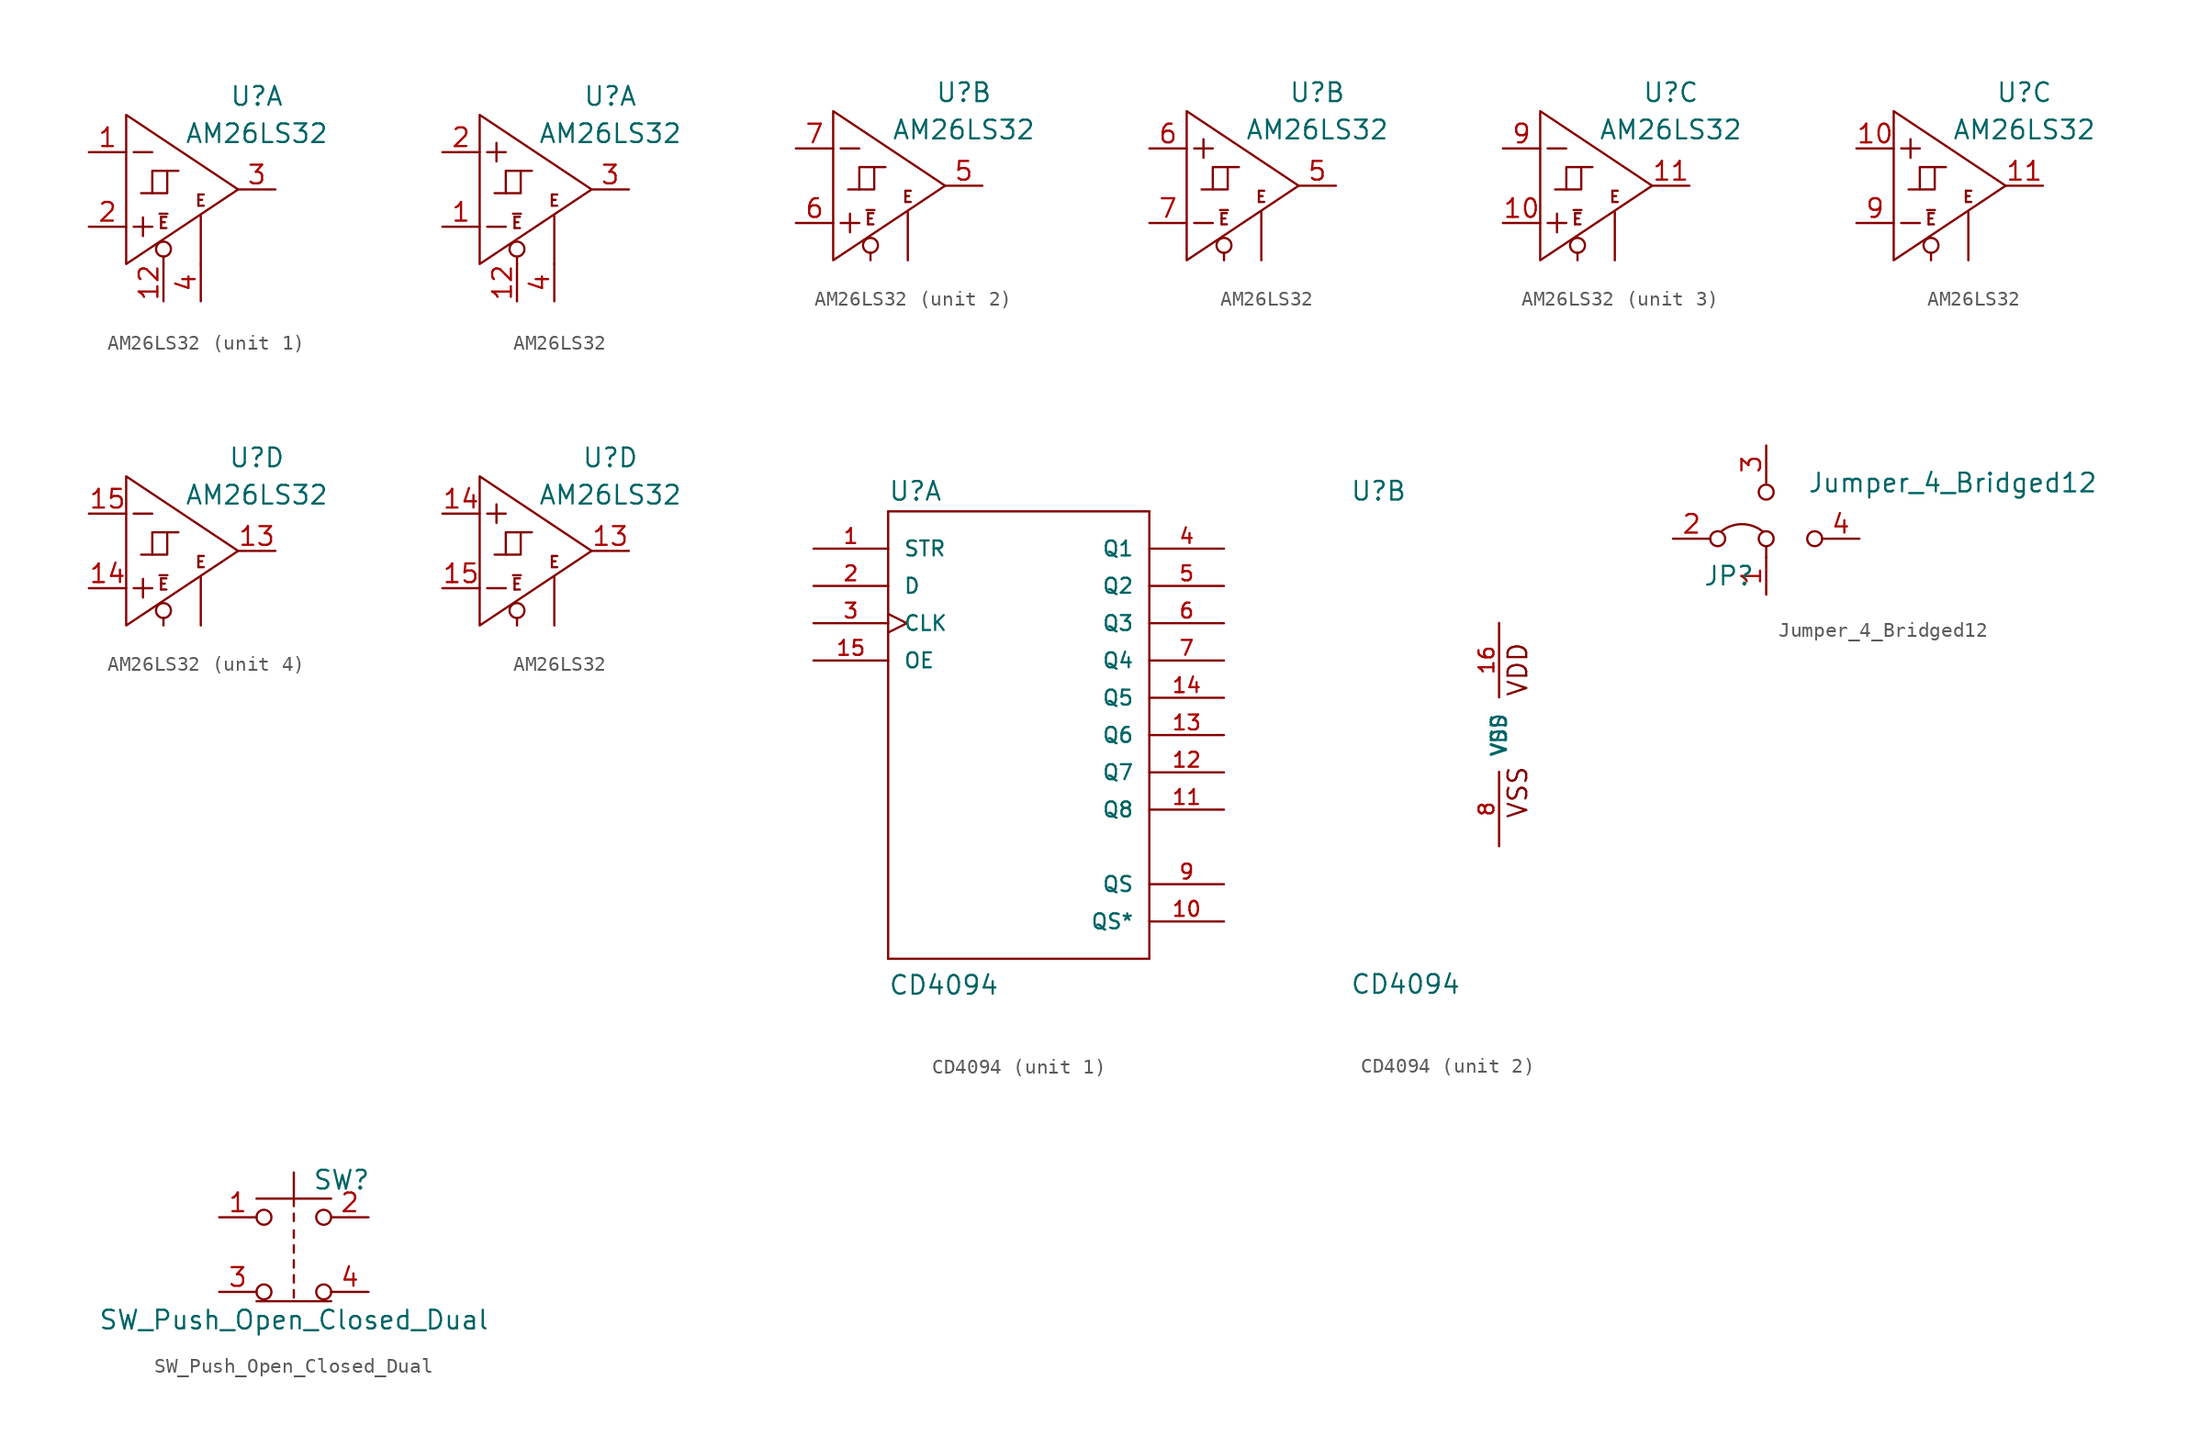
<source format=kicad_sym>
(kicad_symbol_lib
  (version 20211014)
  (generator kicad_symbol_editor)
  (symbol "AM26LS32"
    (pin_names
      (offset 0.025) hide)
    (property "Reference" "U"
      (at 6.35 6.35 0)
      (effects (font (size 1.27 1.27))))
    (property "Value" "AM26LS32"
      (at 6.35 3.81 0)
      (effects (font (size 1.27 1.27))))
    (property "Footprint" ""
      (at 0 0 0)
      (effects (font (size 1.524 1.524))))
    (property "Datasheet" ""
      (at 0 0 0)
      (effects (font (size 1.524 1.524))))
    (symbol "AM26LS32_0_0"
      (circle (center 0 -4.064) (radius 0.508) (stroke (width 0) (type default) (color 0 0 0 0)) (fill (type none)))
      (polyline (pts (xy 2.54 -5.08) (xy 2.54 -1.778)) (stroke (width 0) (type default) (color 0 0 0 0)) (fill (type none)))
      (polyline (pts (xy -1.524 -0.254) (xy 0.254 -0.254) (xy 0.254 1.27)) (stroke (width 0) (type default) (color 0 0 0 0)) (fill (type none)))
      (polyline (pts (xy 1.016 1.27) (xy -0.762 1.27) (xy -0.762 -0.254)) (stroke (width 0) (type default) (color 0 0 0 0)) (fill (type none)))
      (text "E" (at 2.54 -0.762 0) (effects (font (size 0.762 0.762))))
      (text "~{E}" (at 0 -2.286 0) (effects (font (size 0.762 0.762)))))
    (symbol "AM26LS32_0_1"
      (polyline (pts (xy -2.032 -2.54) (xy -0.762 -2.54)) (stroke (width 0.152) (type default) (color 0 0 0 0)) (fill (type none)))
      (polyline (pts (xy -2.032 2.54) (xy -0.762 2.54)) (stroke (width 0.152) (type default) (color 0 0 0 0)) (fill (type none)))
      (polyline (pts (xy -1.397 -1.905) (xy -1.397 -3.175)) (stroke (width 0.152) (type default) (color 0 0 0 0)) (fill (type none)))
      (polyline (pts (xy 0 -5.08) (xy 0 -4.572)) (stroke (width 0) (type default) (color 0 0 0 0)) (fill (type none)))
      (polyline (pts (xy 5.08 0) (xy -2.54 -5.08) (xy -2.54 5.08) (xy 5.08 0)) (stroke (width 0.152) (type default) (color 0 0 0 0)) (fill (type none))))
    (symbol "AM26LS32_0_2"
      (polyline (pts (xy -2.032 -2.54) (xy -0.762 -2.54)) (stroke (width 0) (type default) (color 0 0 0 0)) (fill (type none)))
      (polyline (pts (xy -2.032 2.54) (xy -0.762 2.54)) (stroke (width 0) (type default) (color 0 0 0 0)) (fill (type none)))
      (polyline (pts (xy -1.397 3.175) (xy -1.397 1.905)) (stroke (width 0) (type default) (color 0 0 0 0)) (fill (type none)))
      (polyline (pts (xy 0 -5.08) (xy 0 -4.572)) (stroke (width 0) (type default) (color 0 0 0 0)) (fill (type none)))
      (polyline (pts (xy -2.54 5.08) (xy -2.54 -5.08) (xy 5.08 0) (xy -2.54 5.08)) (stroke (width 0) (type default) (color 0 0 0 0)) (fill (type none))))
    (symbol "AM26LS32_1_1"
      (pin input line (at -5.08 2.54 0) (length 2.54) (name "~" (effects (font (size 1.27 1.27)))) (number "1" (effects (font (size 1.27 1.27)))))
      (pin input line (at 0 -7.62 90) (length 2.54) (name "~" (effects (font (size 1.27 1.27)))) (number "12" (effects (font (size 1.27 1.27)))))
      (pin power_in line (at -2.54 5.08 270) (length 0) hide (name "VCC" (effects (font (size 1.27 1.27)))) (number "16" (effects (font (size 1.27 1.27)))))
      (pin input line (at -5.08 -2.54 0) (length 2.54) (name "~" (effects (font (size 1.27 1.27)))) (number "2" (effects (font (size 1.27 1.27)))))
      (pin output line (at 7.62 0 180) (length 2.54) (name "~" (effects (font (size 1.27 1.27)))) (number "3" (effects (font (size 1.27 1.27)))))
      (pin input line (at 2.54 -7.62 90) (length 2.54) (name "~" (effects (font (size 1.27 1.27)))) (number "4" (effects (font (size 1.27 1.27)))))
      (pin power_in line (at -2.54 -5.08 90) (length 0) hide (name "GND" (effects (font (size 1.27 1.27)))) (number "8" (effects (font (size 1.27 1.27))))))
    (symbol "AM26LS32_1_2"
      (pin input line (at -5.08 -2.54 0) (length 2.54) (name "~" (effects (font (size 1.27 1.27)))) (number "1" (effects (font (size 1.27 1.27)))))
      (pin input line (at 0 -7.62 90) (length 2.54) (name "~" (effects (font (size 1.27 1.27)))) (number "12" (effects (font (size 1.27 1.27)))))
      (pin power_in line (at -2.54 5.08 270) (length 0) hide (name "VCC" (effects (font (size 1.27 1.27)))) (number "16" (effects (font (size 1.27 1.27)))))
      (pin input line (at -5.08 2.54 0) (length 2.54) (name "~" (effects (font (size 1.27 1.27)))) (number "2" (effects (font (size 1.27 1.27)))))
      (pin output line (at 7.62 0 180) (length 2.54) (name "~" (effects (font (size 1.27 1.27)))) (number "3" (effects (font (size 1.27 1.27)))))
      (pin input line (at 2.54 -7.62 90) (length 2.54) (name "~" (effects (font (size 1.27 1.27)))) (number "4" (effects (font (size 1.27 1.27)))))
      (pin power_in line (at -2.54 -5.08 90) (length 0) hide (name "GND" (effects (font (size 1.27 1.27)))) (number "8" (effects (font (size 1.27 1.27))))))
    (symbol "AM26LS32_2_1"
      (pin power_in line (at -2.54 5.08 270) (length 0) hide (name "VCC" (effects (font (size 1.27 1.27)))) (number "16" (effects (font (size 1.27 1.27)))))
      (pin output line (at 7.62 0 180) (length 2.54) (name "~" (effects (font (size 1.27 1.27)))) (number "5" (effects (font (size 1.27 1.27)))))
      (pin input line (at -5.08 -2.54 0) (length 2.54) (name "~" (effects (font (size 1.27 1.27)))) (number "6" (effects (font (size 1.27 1.27)))))
      (pin input line (at -5.08 2.54 0) (length 2.54) (name "~" (effects (font (size 1.27 1.27)))) (number "7" (effects (font (size 1.27 1.27)))))
      (pin power_in line (at -2.54 -5.08 90) (length 0) hide (name "GND" (effects (font (size 1.27 1.27)))) (number "8" (effects (font (size 1.27 1.27))))))
    (symbol "AM26LS32_2_2"
      (pin power_in line (at -2.54 5.08 270) (length 0) hide (name "VCC" (effects (font (size 1.27 1.27)))) (number "16" (effects (font (size 1.27 1.27)))))
      (pin output line (at 7.62 0 180) (length 2.54) (name "~" (effects (font (size 1.27 1.27)))) (number "5" (effects (font (size 1.27 1.27)))))
      (pin input line (at -5.08 2.54 0) (length 2.54) (name "~" (effects (font (size 1.27 1.27)))) (number "6" (effects (font (size 1.27 1.27)))))
      (pin input line (at -5.08 -2.54 0) (length 2.54) (name "~" (effects (font (size 1.27 1.27)))) (number "7" (effects (font (size 1.27 1.27)))))
      (pin power_in line (at -2.54 -5.08 90) (length 0) hide (name "GND" (effects (font (size 1.27 1.27)))) (number "8" (effects (font (size 1.27 1.27))))))
    (symbol "AM26LS32_3_1"
      (pin input line (at -5.08 -2.54 0) (length 2.54) (name "~" (effects (font (size 1.27 1.27)))) (number "10" (effects (font (size 1.27 1.27)))))
      (pin output line (at 7.62 0 180) (length 2.54) (name "~" (effects (font (size 1.27 1.27)))) (number "11" (effects (font (size 1.27 1.27)))))
      (pin power_in line (at -2.54 5.08 270) (length 0) hide (name "VCC" (effects (font (size 1.27 1.27)))) (number "16" (effects (font (size 1.27 1.27)))))
      (pin power_in line (at -2.54 -5.08 90) (length 0) hide (name "GND" (effects (font (size 1.27 1.27)))) (number "8" (effects (font (size 1.27 1.27)))))
      (pin input line (at -5.08 2.54 0) (length 2.54) (name "~" (effects (font (size 1.27 1.27)))) (number "9" (effects (font (size 1.27 1.27))))))
    (symbol "AM26LS32_3_2"
      (pin input line (at -5.08 2.54 0) (length 2.54) (name "~" (effects (font (size 1.27 1.27)))) (number "10" (effects (font (size 1.27 1.27)))))
      (pin output line (at 7.62 0 180) (length 2.54) (name "~" (effects (font (size 1.27 1.27)))) (number "11" (effects (font (size 1.27 1.27)))))
      (pin power_in line (at -2.54 5.08 270) (length 0) hide (name "VCC" (effects (font (size 1.27 1.27)))) (number "16" (effects (font (size 1.27 1.27)))))
      (pin power_in line (at -2.54 -5.08 90) (length 0) hide (name "GND" (effects (font (size 1.27 1.27)))) (number "8" (effects (font (size 1.27 1.27)))))
      (pin input line (at -5.08 -2.54 0) (length 2.54) (name "~" (effects (font (size 1.27 1.27)))) (number "9" (effects (font (size 1.27 1.27))))))
    (symbol "AM26LS32_4_1"
      (pin output line (at 7.62 0 180) (length 2.54) (name "~" (effects (font (size 1.27 1.27)))) (number "13" (effects (font (size 1.27 1.27)))))
      (pin input line (at -5.08 -2.54 0) (length 2.54) (name "~" (effects (font (size 1.27 1.27)))) (number "14" (effects (font (size 1.27 1.27)))))
      (pin input line (at -5.08 2.54 0) (length 2.54) (name "~" (effects (font (size 1.27 1.27)))) (number "15" (effects (font (size 1.27 1.27)))))
      (pin power_in line (at -2.54 5.08 270) (length 0) hide (name "VCC" (effects (font (size 1.27 1.27)))) (number "16" (effects (font (size 1.27 1.27)))))
      (pin power_in line (at -2.54 -5.08 90) (length 0) hide (name "GND" (effects (font (size 1.27 1.27)))) (number "8" (effects (font (size 1.27 1.27))))))
    (symbol "AM26LS32_4_2"
      (pin output line (at 7.62 0 180) (length 2.54) (name "~" (effects (font (size 1.27 1.27)))) (number "13" (effects (font (size 1.27 1.27)))))
      (pin input line (at -5.08 2.54 0) (length 2.54) (name "~" (effects (font (size 1.27 1.27)))) (number "14" (effects (font (size 1.27 1.27)))))
      (pin input line (at -5.08 -2.54 0) (length 2.54) (name "~" (effects (font (size 1.27 1.27)))) (number "15" (effects (font (size 1.27 1.27)))))
      (pin power_in line (at -2.54 5.08 270) (length 0) hide (name "VCC" (effects (font (size 1.27 1.27)))) (number "16" (effects (font (size 1.27 1.27)))))
      (pin power_in line (at -2.54 -5.08 90) (length 0) hide (name "GND" (effects (font (size 1.27 1.27)))) (number "8" (effects (font (size 1.27 1.27)))))))
  (symbol "CD4094"
    (pin_names
      (offset 1.016))
    (property "Reference" "U"
      (at -10.16 15.875 0)
      (effects (font (size 1.27 1.27)) (justify left bottom)))
    (property "Value" "CD4094"
      (at -10.16 -17.78 0)
      (effects (font (size 1.27 1.27)) (justify left bottom)))
    (property "ki_locked" ""
      (at 0 0 0)
      (effects (font (size 1.27 1.27))))
    (symbol "CD4094_1_0"
      (polyline (pts (xy -10.16 -15.24) (xy 7.62 -15.24)) (stroke (width 0) (type default) (color 0 0 0 0)) (fill (type none)))
      (polyline (pts (xy -10.16 15.24) (xy -10.16 -15.24)) (stroke (width 0) (type default) (color 0 0 0 0)) (fill (type none)))
      (polyline (pts (xy 7.62 -15.24) (xy 7.62 15.24)) (stroke (width 0) (type default) (color 0 0 0 0)) (fill (type none)))
      (polyline (pts (xy 7.62 15.24) (xy -10.16 15.24)) (stroke (width 0) (type default) (color 0 0 0 0)) (fill (type none))))
    (symbol "CD4094_1_1"
      (pin input line (at -15.24 12.7 0) (length 5.08) (name "STR" (effects (font (size 1.016 1.016)))) (number "1" (effects (font (size 1.016 1.016)))))
      (pin output line (at 12.7 -12.7 180) (length 5.08) (name "QS*" (effects (font (size 1.016 1.016)))) (number "10" (effects (font (size 1.016 1.016)))))
      (pin output line (at 12.7 -5.08 180) (length 5.08) (name "Q8" (effects (font (size 1.016 1.016)))) (number "11" (effects (font (size 1.016 1.016)))))
      (pin output line (at 12.7 -2.54 180) (length 5.08) (name "Q7" (effects (font (size 1.016 1.016)))) (number "12" (effects (font (size 1.016 1.016)))))
      (pin output line (at 12.7 0 180) (length 5.08) (name "Q6" (effects (font (size 1.016 1.016)))) (number "13" (effects (font (size 1.016 1.016)))))
      (pin output line (at 12.7 2.54 180) (length 5.08) (name "Q5" (effects (font (size 1.016 1.016)))) (number "14" (effects (font (size 1.016 1.016)))))
      (pin input line (at -15.24 5.08 0) (length 5.08) (name "OE" (effects (font (size 1.016 1.016)))) (number "15" (effects (font (size 1.016 1.016)))))
      (pin input line (at -15.24 10.16 0) (length 5.08) (name "D" (effects (font (size 1.016 1.016)))) (number "2" (effects (font (size 1.016 1.016)))))
      (pin input clock (at -15.24 7.62 0) (length 5.08) (name "CLK" (effects (font (size 1.016 1.016)))) (number "3" (effects (font (size 1.016 1.016)))))
      (pin output line (at 12.7 12.7 180) (length 5.08) (name "Q1" (effects (font (size 1.016 1.016)))) (number "4" (effects (font (size 1.016 1.016)))))
      (pin output line (at 12.7 10.16 180) (length 5.08) (name "Q2" (effects (font (size 1.016 1.016)))) (number "5" (effects (font (size 1.016 1.016)))))
      (pin output line (at 12.7 7.62 180) (length 5.08) (name "Q3" (effects (font (size 1.016 1.016)))) (number "6" (effects (font (size 1.016 1.016)))))
      (pin output line (at 12.7 5.08 180) (length 5.08) (name "Q4" (effects (font (size 1.016 1.016)))) (number "7" (effects (font (size 1.016 1.016)))))
      (pin output line (at 12.7 -10.16 180) (length 5.08) (name "QS" (effects (font (size 1.016 1.016)))) (number "9" (effects (font (size 1.016 1.016))))))
    (symbol "CD4094_2_0"
      (text "VDD" (at 1.27 4.445 1) (effects (font (size 1.27 1.27))))
      (text "VSS" (at 1.27 -3.937 1) (effects (font (size 1.27 1.27)))))
    (symbol "CD4094_2_1"
      (pin power_in line (at 0 7.62 270) (length 5.08) (name "VDD" (effects (font (size 1.016 1.016)))) (number "16" (effects (font (size 1.016 1.016)))))
      (pin power_in line (at 0 -7.62 90) (length 5.08) (name "VSS" (effects (font (size 1.016 1.016)))) (number "8" (effects (font (size 1.016 1.016)))))))
  (symbol "Jumper_4_Bridged12"
    (pin_names
      (offset 0) hide)
    (property "Reference" "JP"
      (at -2.54 -2.54 0)
      (effects (font (size 1.27 1.27))))
    (property "Value" "Jumper_4_Bridged12"
      (at 12.7 3.81 0)
      (effects (font (size 1.27 1.27))))
    (symbol "Jumper_4_Bridged12_0_0"
      (circle (center -3.302 0) (radius 0.508) (stroke (width 0) (type default) (color 0 0 0 0)) (fill (type none)))
      (circle (center 0 0) (radius 0.508) (stroke (width 0) (type default) (color 0 0 0 0)) (fill (type none)))
      (circle (center 0 3.175) (radius 0.508) (stroke (width 0) (type default) (color 0 0 0 0)) (fill (type none)))
      (circle (center 3.302 0) (radius 0.508) (stroke (width 0) (type default) (color 0 0 0 0)) (fill (type none))))
    (symbol "Jumper_4_Bridged12_0_1"
      (arc (start -0.254 0.508) (mid -1.651 0.9912) (end -3.048 0.508) (stroke (width 0) (type default) (color 0 0 0 0)) (fill (type none)))
      (polyline (pts (xy 0 -1.27) (xy 0 -0.508)) (stroke (width 0) (type default) (color 0 0 0 0)) (fill (type none))))
    (symbol "Jumper_4_Bridged12_1_1"
      (pin passive line (at 0 -3.81 90) (length 2.54) (name "C" (effects (font (size 1.27 1.27)))) (number "1" (effects (font (size 1.27 1.27)))))
      (pin passive line (at -6.35 0 0) (length 2.54) (name "A" (effects (font (size 1.27 1.27)))) (number "2" (effects (font (size 1.27 1.27)))))
      (pin passive line (at 0 6.35 270) (length 2.54) (name "D" (effects (font (size 1.27 1.27)))) (number "3" (effects (font (size 1.27 1.27)))))
      (pin passive line (at 6.35 0 180) (length 2.54) (name "B" (effects (font (size 1.27 1.27)))) (number "4" (effects (font (size 1.27 1.27)))))))
  (symbol "SW_Push_Open_Closed_Dual"
    (pin_names
      (offset 1.016) hide)
    (property "Reference" "SW"
      (at 1.27 2.54 0)
      (effects (font (size 1.27 1.27)) (justify left)))
    (property "Value" "SW_Push_Open_Closed_Dual"
      (at 0 -6.985 0)
      (effects (font (size 1.27 1.27))))
    (symbol "SW_Push_Open_Closed_Dual_0_1"
      (circle (center -2.032 -5.08) (radius 0.508) (stroke (width 0) (type default) (color 0 0 0 0)) (fill (type none)))
      (circle (center -2.032 0) (radius 0.508) (stroke (width 0) (type default) (color 0 0 0 0)) (fill (type none)))
      (polyline (pts (xy 0 -4.953) (xy 0 -5.461)) (stroke (width 0) (type default) (color 0 0 0 0)) (fill (type none)))
      (polyline (pts (xy 0 -3.937) (xy 0 -4.445)) (stroke (width 0) (type default) (color 0 0 0 0)) (fill (type none)))
      (polyline (pts (xy 0 -3.429) (xy 0 -2.921)) (stroke (width 0) (type default) (color 0 0 0 0)) (fill (type none)))
      (polyline (pts (xy 0 -2.413) (xy 0 -1.905)) (stroke (width 0) (type default) (color 0 0 0 0)) (fill (type none)))
      (polyline (pts (xy 0 -1.397) (xy 0 -0.889)) (stroke (width 0) (type default) (color 0 0 0 0)) (fill (type none)))
      (polyline (pts (xy 0 -0.254) (xy 0 0.254)) (stroke (width 0) (type default) (color 0 0 0 0)) (fill (type none)))
      (polyline (pts (xy 0 0.762) (xy 0 1.27)) (stroke (width 0) (type default) (color 0 0 0 0)) (fill (type none)))
      (polyline (pts (xy 0 1.27) (xy 0 3.048)) (stroke (width 0) (type default) (color 0 0 0 0)) (fill (type none)))
      (polyline (pts (xy 2.54 -5.715) (xy -2.54 -5.715)) (stroke (width 0) (type default) (color 0 0 0 0)) (fill (type none)))
      (polyline (pts (xy 2.54 1.27) (xy -2.54 1.27)) (stroke (width 0) (type default) (color 0 0 0 0)) (fill (type none)))
      (circle (center 2.032 -5.08) (radius 0.508) (stroke (width 0) (type default) (color 0 0 0 0)) (fill (type none)))
      (circle (center 2.032 0) (radius 0.508) (stroke (width 0) (type default) (color 0 0 0 0)) (fill (type none)))
      (pin passive line (at -5.08 0 0) (length 2.54) (name "1" (effects (font (size 1.27 1.27)))) (number "1" (effects (font (size 1.27 1.27)))))
      (pin passive line (at 5.08 0 180) (length 2.54) (name "2" (effects (font (size 1.27 1.27)))) (number "2" (effects (font (size 1.27 1.27)))))
      (pin passive line (at -5.08 -5.08 0) (length 2.54) (name "3" (effects (font (size 1.27 1.27)))) (number "3" (effects (font (size 1.27 1.27)))))
      (pin passive line (at 5.08 -5.08 180) (length 2.54) (name "4" (effects (font (size 1.27 1.27)))) (number "4" (effects (font (size 1.27 1.27))))))))
</source>
